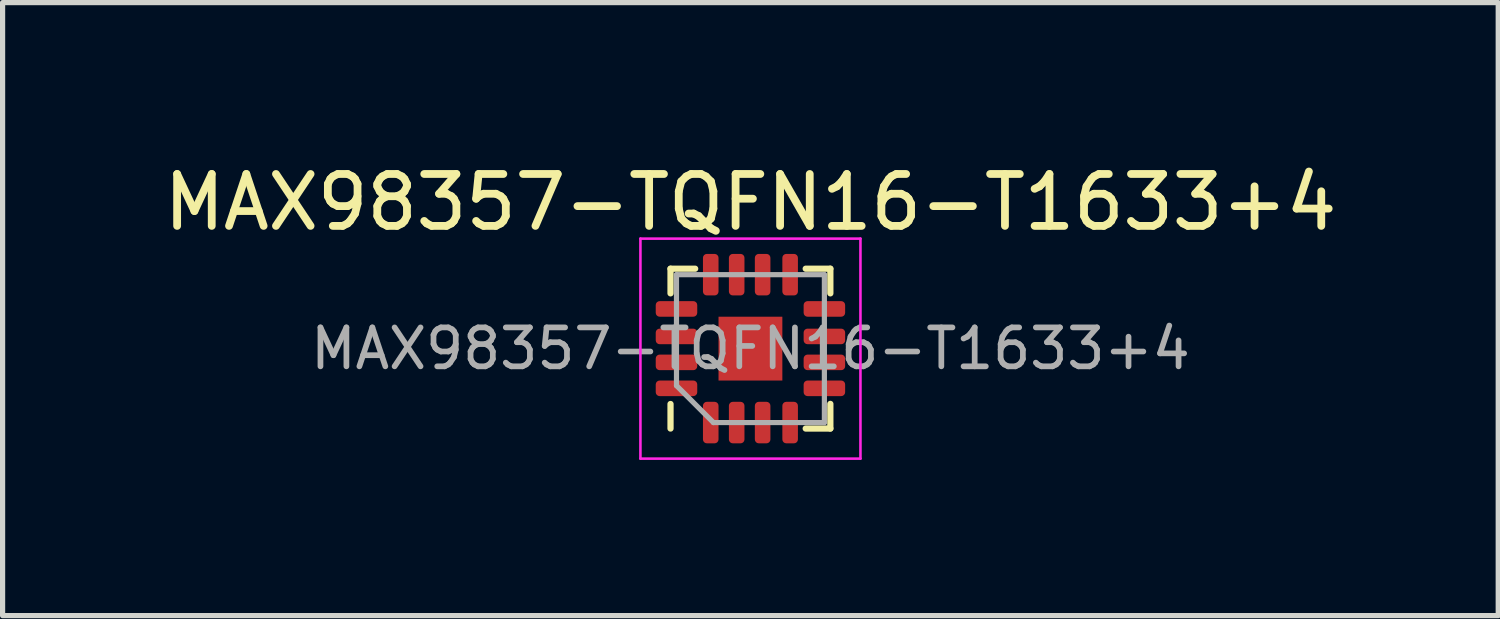
<source format=kicad_pcb>
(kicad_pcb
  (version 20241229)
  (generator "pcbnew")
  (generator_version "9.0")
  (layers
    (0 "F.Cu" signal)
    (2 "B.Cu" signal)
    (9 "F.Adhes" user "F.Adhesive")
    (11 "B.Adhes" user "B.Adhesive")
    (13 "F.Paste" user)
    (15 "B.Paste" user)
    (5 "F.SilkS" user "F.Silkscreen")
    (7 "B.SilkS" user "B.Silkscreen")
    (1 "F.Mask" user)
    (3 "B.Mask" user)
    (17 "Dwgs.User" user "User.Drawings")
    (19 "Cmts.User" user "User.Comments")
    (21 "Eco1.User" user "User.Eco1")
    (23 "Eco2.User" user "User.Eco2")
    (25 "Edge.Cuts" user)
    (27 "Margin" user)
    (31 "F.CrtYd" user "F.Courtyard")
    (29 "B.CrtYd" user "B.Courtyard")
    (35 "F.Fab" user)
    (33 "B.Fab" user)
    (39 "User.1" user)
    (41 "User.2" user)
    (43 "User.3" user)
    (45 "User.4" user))
  (footprint "MAX98357-TQFN16-T1633+4"
    (layer "F.Cu")
    (at 11.411 3.668)
    (property "Reference" "MAX98357-TQFN16-T1633+4" (at 0 -2.82 0) (layer "F.SilkS") (effects (font (size 1 1) (thickness 0.15))))
    (attr smd)
    (fp_line (start -1.54 -1.54) (end -1.065 -1.54) (stroke (width 0.12) (type solid)) (layer "F.SilkS"))
    (fp_line (start -1.54 -1.065) (end -1.54 -1.54) (stroke (width 0.12) (type solid)) (layer "F.SilkS"))
    (fp_line (start -1.54 1.067) (end -1.54 1.54) (stroke (width 0.12) (type solid)) (layer "F.SilkS"))
    (fp_line (start 1.54 -1.54) (end 1.065 -1.54) (stroke (width 0.12) (type solid)) (layer "F.SilkS"))
    (fp_line (start 1.54 -1.065) (end 1.54 -1.54) (stroke (width 0.12) (type solid)) (layer "F.SilkS"))
    (fp_line (start 1.54 1.065) (end 1.54 1.54) (stroke (width 0.12) (type solid)) (layer "F.SilkS"))
    (fp_line (start 1.54 1.54) (end 1.065 1.54) (stroke (width 0.12) (type solid)) (layer "F.SilkS"))
    (fp_line (start -2.12 -2.12) (end -2.12 2.12) (stroke (width 0.05) (type solid)) (layer "F.CrtYd"))
    (fp_line (start -2.12 2.12) (end 2.12 2.12) (stroke (width 0.05) (type solid)) (layer "F.CrtYd"))
    (fp_line (start 2.12 -2.12) (end -2.12 -2.12) (stroke (width 0.05) (type solid)) (layer "F.CrtYd"))
    (fp_line (start 2.12 2.12) (end 2.12 -2.12) (stroke (width 0.05) (type solid)) (layer "F.CrtYd"))
    (fp_line (start -1.425 -1.425) (end 1.425 -1.425) (stroke (width 0.1) (type solid)) (layer "F.Fab"))
    (fp_line (start -1.425 0.713) (end -1.425 -1.425) (stroke (width 0.1) (type solid)) (layer "F.Fab"))
    (fp_line (start -0.713 1.425) (end -1.425 0.713) (stroke (width 0.1) (type solid)) (layer "F.Fab"))
    (fp_line (start 1.425 -1.425) (end 1.425 1.425) (stroke (width 0.1) (type solid)) (layer "F.Fab"))
    (fp_line (start 1.425 1.425) (end -0.713 1.425) (stroke (width 0.1) (type solid)) (layer "F.Fab"))
    (fp_text user "${REFERENCE}" (at 0 0 0) (layer "F.Fab") (effects (font (size 0.75 0.75) (thickness 0.11))))
    (pad "" smd roundrect (at -0.307 -0.307 90) (size 0.465 0.465) (layers "F.Paste") (roundrect_rratio 0.25))
    (pad "" smd roundrect (at -0.307 0.307 90) (size 0.465 0.465) (layers "F.Paste") (roundrect_rratio 0.15))
    (pad "" smd roundrect (at 0.307 -0.307 90) (size 0.465 0.465) (layers "F.Paste") (roundrect_rratio 0.15))
    (pad "" smd roundrect (at 0.307 0.307 90) (size 0.465 0.465) (layers "F.Paste") (roundrect_rratio 0.15))
    (pad "1" smd roundrect (at -0.765 1.425 90) (size 0.8 0.3) (layers "F.Cu" "F.Mask" "F.Paste") (roundrect_rratio 0.25))
    (pad "2" smd roundrect (at -0.265 1.425 90) (size 0.8 0.3) (layers "F.Cu" "F.Mask" "F.Paste") (roundrect_rratio 0.25))
    (pad "3" smd roundrect (at 0.235 1.425 90) (size 0.8 0.3) (layers "F.Cu" "F.Mask" "F.Paste") (roundrect_rratio 0.25))
    (pad "4" smd roundrect (at 0.765 1.425 90) (size 0.8 0.3) (layers "F.Cu" "F.Mask" "F.Paste") (roundrect_rratio 0.25))
    (pad "5" smd roundrect (at 1.425 0.765 90) (size 0.3 0.8) (layers "F.Cu" "F.Mask" "F.Paste") (roundrect_rratio 0.25))
    (pad "6" smd roundrect (at 1.425 0.265 90) (size 0.3 0.8) (layers "F.Cu" "F.Mask" "F.Paste") (roundrect_rratio 0.25))
    (pad "7" smd roundrect (at 1.425 -0.235 90) (size 0.3 0.8) (layers "F.Cu" "F.Mask" "F.Paste") (roundrect_rratio 0.25))
    (pad "8" smd roundrect (at 1.425 -0.765 90) (size 0.3 0.8) (layers "F.Cu" "F.Mask" "F.Paste") (roundrect_rratio 0.25))
    (pad "9" smd roundrect (at 0.765 -1.425 90) (size 0.8 0.3) (layers "F.Cu" "F.Mask" "F.Paste") (roundrect_rratio 0.25))
    (pad "10" smd roundrect (at 0.235 -1.425 90) (size 0.8 0.3) (layers "F.Cu" "F.Mask" "F.Paste") (roundrect_rratio 0.25))
    (pad "11" smd roundrect (at -0.265 -1.425 90) (size 0.8 0.3) (layers "F.Cu" "F.Mask" "F.Paste") (roundrect_rratio 0.25))
    (pad "12" smd roundrect (at -0.765 -1.425 90) (size 0.8 0.3) (layers "F.Cu" "F.Mask" "F.Paste") (roundrect_rratio 0.25))
    (pad "13" smd roundrect (at -1.425 -0.765 90) (size 0.3 0.8) (layers "F.Cu" "F.Mask" "F.Paste") (roundrect_rratio 0.25))
    (pad "14" smd roundrect (at -1.425 -0.235 90) (size 0.3 0.8) (layers "F.Cu" "F.Mask" "F.Paste") (roundrect_rratio 0.25))
    (pad "15" smd roundrect (at -1.425 0.265 90) (size 0.3 0.8) (layers "F.Cu" "F.Mask" "F.Paste") (roundrect_rratio 0.25))
    (pad "16" smd roundrect (at -1.425 0.765 90) (size 0.3 0.8) (layers "F.Cu" "F.Mask" "F.Paste") (roundrect_rratio 0.25))
    (pad "17" smd rect (at 0 0 90) (size 1.23 1.23) (layers "F.Cu" "F.Mask")))
  (gr_rect
    (start -3 -3)
    (end 25.821 8.813)
    (stroke (width 0.1) (type default))
    (fill no)
    (layer "Edge.Cuts")))
</source>
